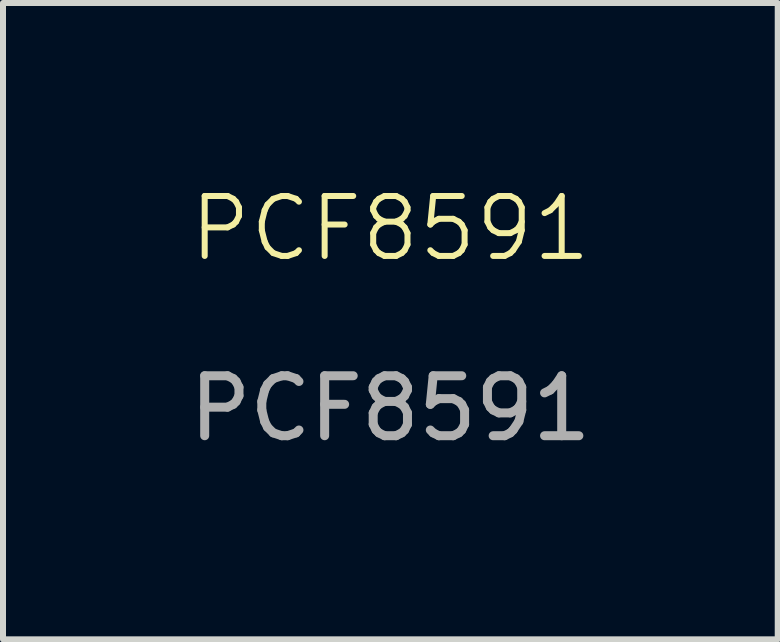
<source format=kicad_pcb>
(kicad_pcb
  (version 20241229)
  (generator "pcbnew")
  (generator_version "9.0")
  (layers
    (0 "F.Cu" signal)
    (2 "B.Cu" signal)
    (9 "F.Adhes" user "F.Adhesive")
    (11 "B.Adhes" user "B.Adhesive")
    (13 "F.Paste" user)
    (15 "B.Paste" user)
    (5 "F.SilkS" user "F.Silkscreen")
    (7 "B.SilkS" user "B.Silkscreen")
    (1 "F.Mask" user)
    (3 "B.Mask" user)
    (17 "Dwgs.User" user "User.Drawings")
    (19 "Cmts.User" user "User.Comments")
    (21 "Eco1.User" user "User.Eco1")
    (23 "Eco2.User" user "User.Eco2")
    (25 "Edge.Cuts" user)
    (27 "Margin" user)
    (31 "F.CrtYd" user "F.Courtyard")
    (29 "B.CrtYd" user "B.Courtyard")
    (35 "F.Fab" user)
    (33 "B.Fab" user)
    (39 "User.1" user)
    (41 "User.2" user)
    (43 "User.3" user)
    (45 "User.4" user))
  (footprint "PCF8591"
    (layer "F.Cu")
    (at 3.458 1.26)
    (property "Reference" "PCF8591" (at 0 -0.5 0) (unlocked yes) (layer "F.SilkS") (effects (font (size 1 1) (thickness 0.1))))
    (attr through_hole)
    (fp_text user "${REFERENCE}" (at 0 2.5 0) (unlocked yes) (layer "F.Fab") (effects (font (size 1 1) (thickness 0.15)))))
  (gr_rect
    (start -3 -3)
    (end 9.917 7.609)
    (stroke (width 0.1) (type default))
    (fill no)
    (layer "Edge.Cuts")))
</source>
